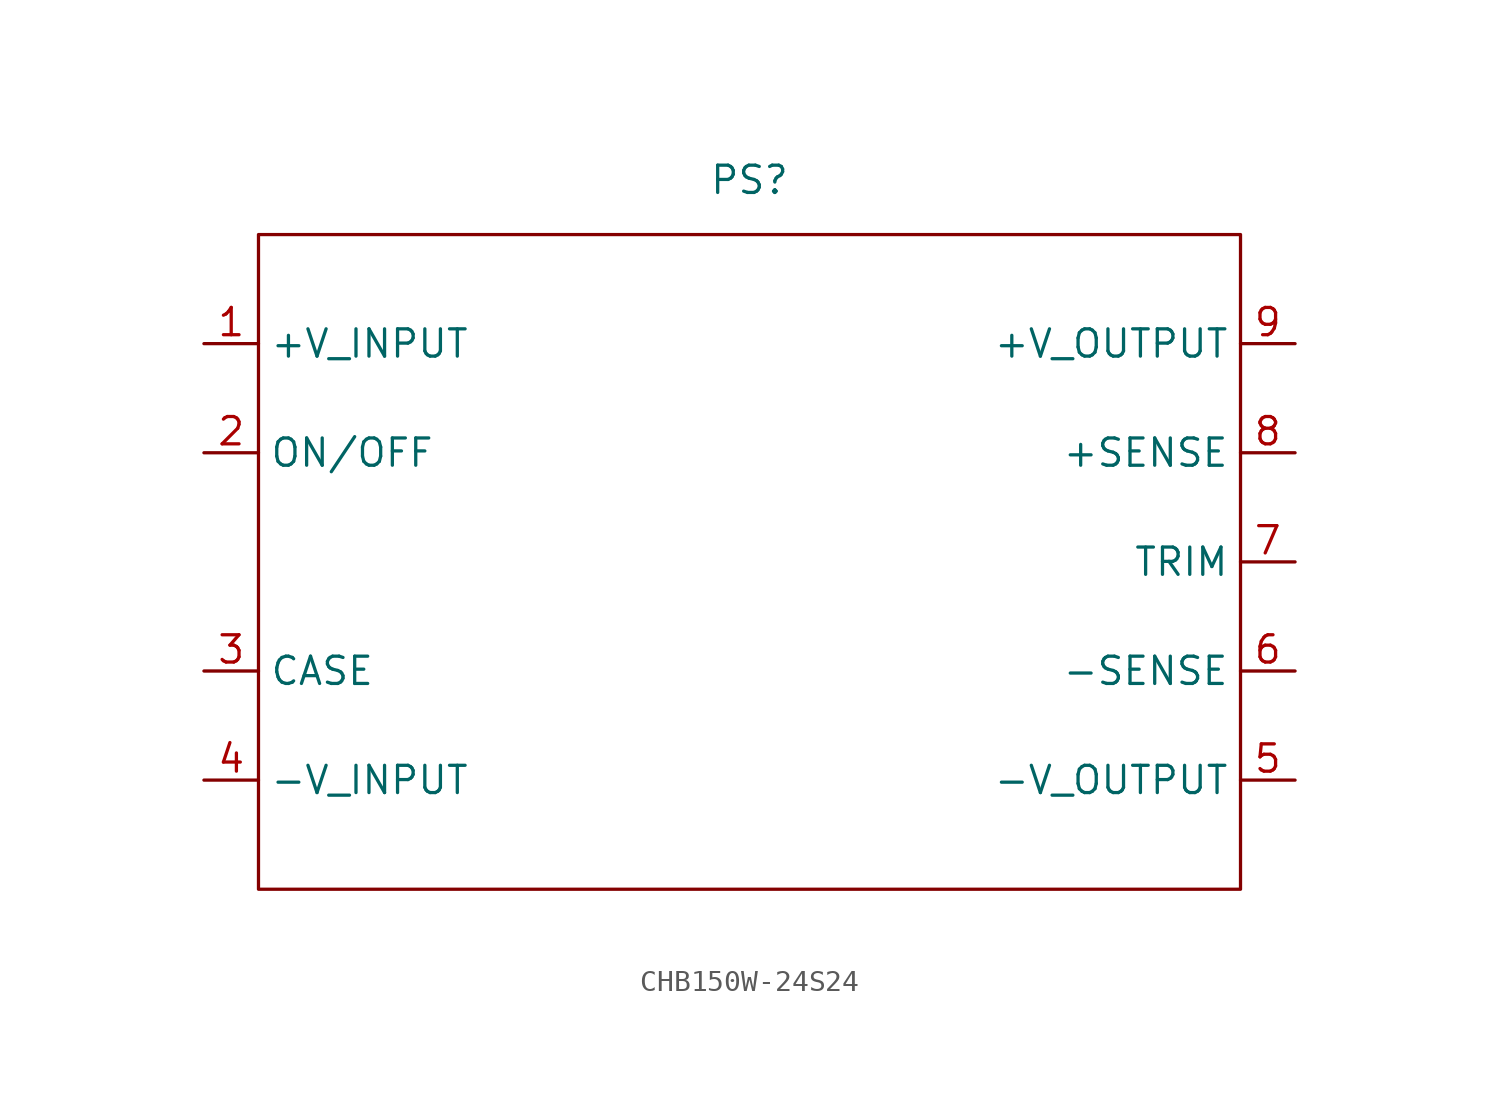
<source format=kicad_sym>
(kicad_symbol_lib
  (version 20220914)
  (generator kicad_symbol_editor)
  (symbol "CHB150W-24S24"
    (property "Reference" "PS"
      (at 0 17.78 0)
      (effects (font (size 1.27 1.27))))
    (property "Value" ""
      (at 0 0 0)
      (effects (font (size 1.27 1.27))))
    (symbol "CHB150W-24S24_0_1"
      (rectangle (start -22.86 15.24) (end 22.86 -15.24) (stroke (width 0) (type default)) (fill (type none))))
    (symbol "CHB150W-24S24_1_1"
      (pin input line (at -25.4 10.16 0) (length 2.54) (name "+V_INPUT" (effects (font (size 1.27 1.27)))) (number "1" (effects (font (size 1.27 1.27)))))
      (pin input line (at -25.4 5.08 0) (length 2.54) (name "ON/OFF" (effects (font (size 1.27 1.27)))) (number "2" (effects (font (size 1.27 1.27)))))
      (pin input line (at -25.4 -5.08 0) (length 2.54) (name "CASE" (effects (font (size 1.27 1.27)))) (number "3" (effects (font (size 1.27 1.27)))))
      (pin input line (at -25.4 -10.16 0) (length 2.54) (name "-V_INPUT" (effects (font (size 1.27 1.27)))) (number "4" (effects (font (size 1.27 1.27)))))
      (pin output line (at 25.4 -10.16 180) (length 2.54) (name "-V_OUTPUT" (effects (font (size 1.27 1.27)))) (number "5" (effects (font (size 1.27 1.27)))))
      (pin input line (at 25.4 -5.08 180) (length 2.54) (name "-SENSE" (effects (font (size 1.27 1.27)))) (number "6" (effects (font (size 1.27 1.27)))))
      (pin input line (at 25.4 0 180) (length 2.54) (name "TRIM" (effects (font (size 1.27 1.27)))) (number "7" (effects (font (size 1.27 1.27)))))
      (pin input line (at 25.4 5.08 180) (length 2.54) (name "+SENSE" (effects (font (size 1.27 1.27)))) (number "8" (effects (font (size 1.27 1.27)))))
      (pin output line (at 25.4 10.16 180) (length 2.54) (name "+V_OUTPUT" (effects (font (size 1.27 1.27)))) (number "9" (effects (font (size 1.27 1.27))))))))
</source>
